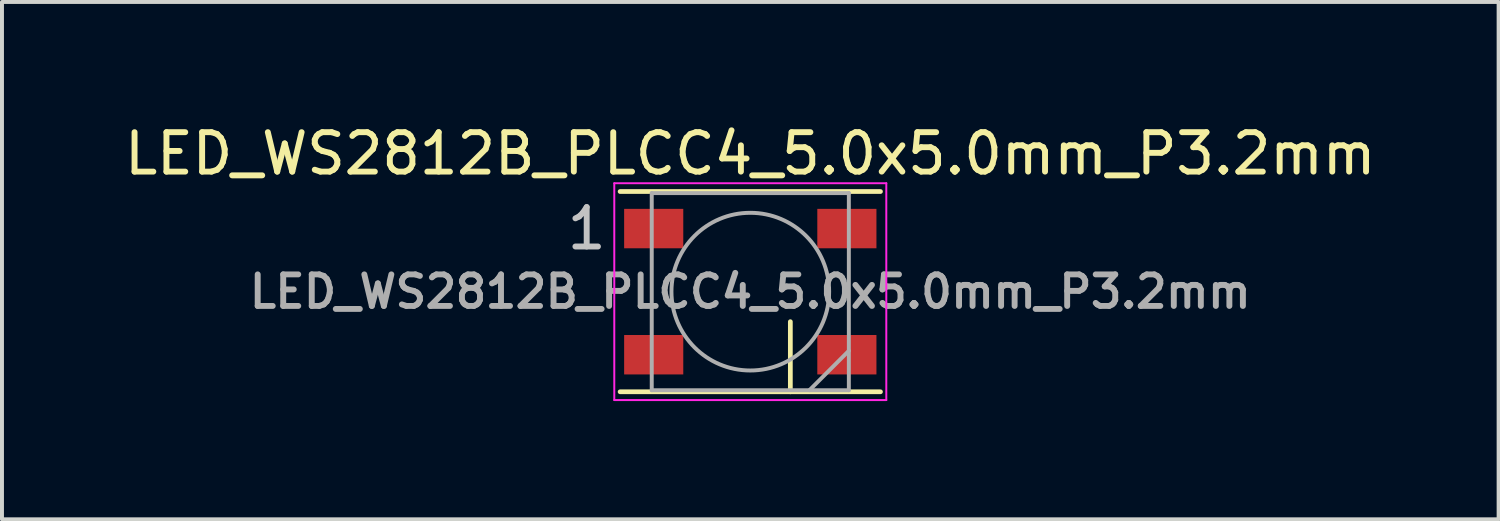
<source format=kicad_pcb>
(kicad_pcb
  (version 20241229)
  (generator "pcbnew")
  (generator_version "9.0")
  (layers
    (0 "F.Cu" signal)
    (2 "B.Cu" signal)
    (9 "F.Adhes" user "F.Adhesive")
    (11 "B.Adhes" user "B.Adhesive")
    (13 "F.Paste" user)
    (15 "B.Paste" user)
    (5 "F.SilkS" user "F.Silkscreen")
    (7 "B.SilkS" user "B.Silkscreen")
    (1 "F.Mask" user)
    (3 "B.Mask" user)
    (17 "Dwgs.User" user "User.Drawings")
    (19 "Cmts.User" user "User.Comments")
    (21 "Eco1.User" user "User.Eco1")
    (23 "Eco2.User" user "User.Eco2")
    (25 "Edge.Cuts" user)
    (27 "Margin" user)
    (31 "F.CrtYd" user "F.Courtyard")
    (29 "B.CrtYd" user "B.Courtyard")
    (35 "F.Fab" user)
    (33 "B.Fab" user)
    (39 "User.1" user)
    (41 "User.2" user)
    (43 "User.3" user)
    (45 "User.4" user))
  (footprint "LED_WS2812B_PLCC4_5.0x5.0mm_P3.2mm"
    (layer "F.Cu")
    (at 15.982 4.348)
    (property "Reference" "LED_WS2812B_PLCC4_5.0x5.0mm_P3.2mm" (at 0 -3.5 0) (layer "F.SilkS") (effects (font (size 1 1) (thickness 0.15))))
    (attr smd)
    (fp_line (start -3.302 -2.54) (end 3.302 -2.54) (stroke (width 0.12) (type solid)) (layer "F.SilkS"))
    (fp_line (start -3.302 2.54) (end 3.302 2.54) (stroke (width 0.12) (type solid)) (layer "F.SilkS"))
    (fp_line (start 1.016 2.54) (end 1.016 0.762) (stroke (width 0.12) (type solid)) (layer "F.SilkS"))
    (fp_line (start -3.45 -2.75) (end -3.45 2.75) (stroke (width 0.05) (type solid)) (layer "F.CrtYd"))
    (fp_line (start -3.45 2.75) (end 3.45 2.75) (stroke (width 0.05) (type solid)) (layer "F.CrtYd"))
    (fp_line (start 3.45 -2.75) (end -3.45 -2.75) (stroke (width 0.05) (type solid)) (layer "F.CrtYd"))
    (fp_line (start 3.45 2.75) (end 3.45 -2.75) (stroke (width 0.05) (type solid)) (layer "F.CrtYd"))
    (fp_line (start -2.5 -2.5) (end -2.5 2.5) (stroke (width 0.1) (type solid)) (layer "F.Fab"))
    (fp_line (start -2.5 2.5) (end 2.5 2.5) (stroke (width 0.1) (type solid)) (layer "F.Fab"))
    (fp_line (start 2.5 -2.5) (end -2.5 -2.5) (stroke (width 0.1) (type solid)) (layer "F.Fab"))
    (fp_line (start 2.5 1.5) (end 1.5 2.5) (stroke (width 0.1) (type solid)) (layer "F.Fab"))
    (fp_line (start 2.5 2.5) (end 2.5 -2.5) (stroke (width 0.1) (type solid)) (layer "F.Fab"))
    (fp_circle (center 0 0) (end 0 -2) (stroke (width 0.1) (type solid)) (fill no) (layer "F.Fab"))
    (fp_text user "1" (at -4.15 -1.6 0) (layer "Dwgs.User") (effects (font (size 1 1) (thickness 0.15))))
    (fp_text user "${REFERENCE}" (at 0 0 0) (layer "F.Fab") (effects (font (size 0.8 0.8) (thickness 0.15))))
    (pad "1" smd rect (at -2.45 -1.6) (size 1.5 1) (layers "F.Cu" "F.Mask" "F.Paste"))
    (pad "2" smd rect (at -2.45 1.6) (size 1.5 1) (layers "F.Cu" "F.Mask" "F.Paste"))
    (pad "3" smd rect (at 2.45 1.6) (size 1.5 1) (layers "F.Cu" "F.Mask" "F.Paste"))
    (pad "4" smd rect (at 2.45 -1.6) (size 1.5 1) (layers "F.Cu" "F.Mask" "F.Paste")))
  (gr_rect
    (start -3 -3)
    (end 34.964 10.123)
    (stroke (width 0.1) (type default))
    (fill no)
    (layer "Edge.Cuts")))
</source>
